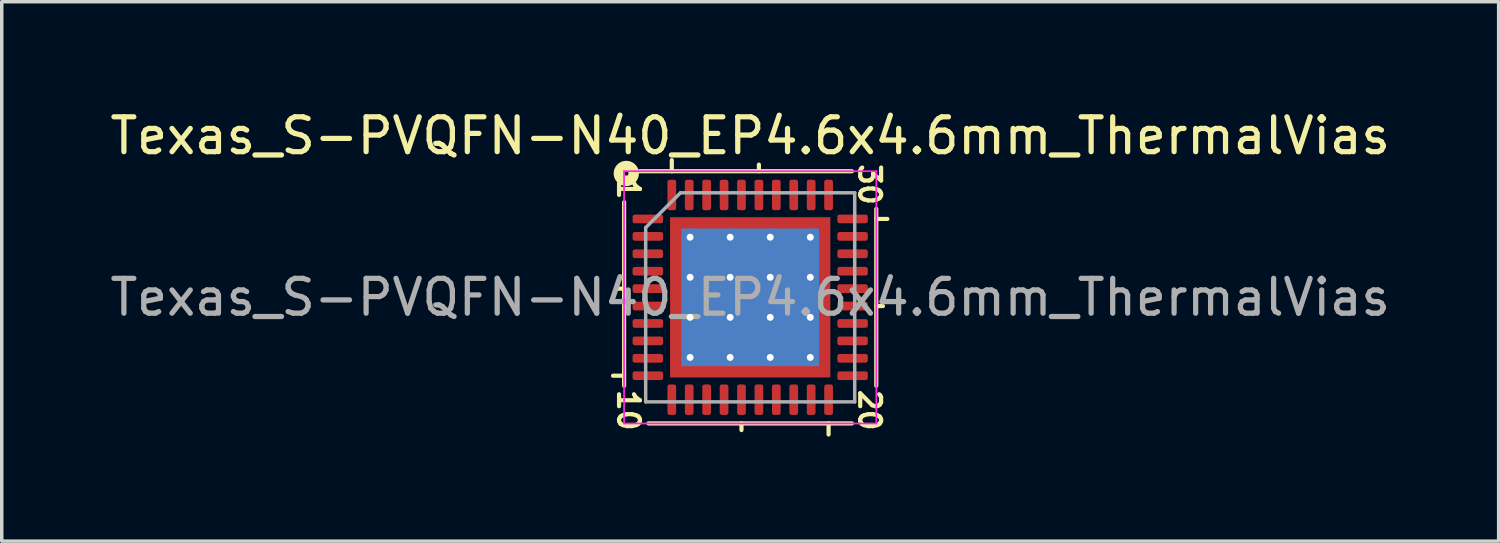
<source format=kicad_pcb>
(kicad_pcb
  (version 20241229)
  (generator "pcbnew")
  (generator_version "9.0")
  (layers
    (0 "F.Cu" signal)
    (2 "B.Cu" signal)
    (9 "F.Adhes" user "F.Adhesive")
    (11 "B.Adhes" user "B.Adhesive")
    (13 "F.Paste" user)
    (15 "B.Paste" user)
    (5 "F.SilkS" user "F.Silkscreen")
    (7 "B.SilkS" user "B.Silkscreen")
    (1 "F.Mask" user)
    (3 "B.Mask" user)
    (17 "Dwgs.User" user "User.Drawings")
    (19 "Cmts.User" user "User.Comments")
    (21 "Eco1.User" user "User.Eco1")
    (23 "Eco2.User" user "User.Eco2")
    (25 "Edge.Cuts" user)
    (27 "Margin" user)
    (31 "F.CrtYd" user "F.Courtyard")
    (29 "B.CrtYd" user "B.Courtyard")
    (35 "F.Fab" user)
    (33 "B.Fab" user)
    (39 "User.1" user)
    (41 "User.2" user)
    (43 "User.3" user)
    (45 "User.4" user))
  (footprint "Texas_S-PVQFN-N40_EP4.6x4.6mm_ThermalVias"
    (layer "F.Cu")
    (at 18.482 5.484)
    (property "Reference" "Texas_S-PVQFN-N40_EP4.6x4.6mm_ThermalVias" (at 0 -4.636 0) (layer "F.SilkS") (effects (font (size 1 1) (thickness 0.15))))
    (attr smd)
    (fp_line (start -3.619 -2.731) (end -3.619 2.54) (stroke (width 0.12) (type solid)) (layer "F.SilkS"))
    (fp_line (start -3.619 -0.25) (end -3.81 -0.25) (stroke (width 0.12) (type solid)) (layer "F.SilkS"))
    (fp_line (start -3.619 2.25) (end -3.937 2.25) (stroke (width 0.12) (type solid)) (layer "F.SilkS"))
    (fp_line (start -2.921 3.619) (end 2.921 3.619) (stroke (width 0.12) (type solid)) (layer "F.SilkS"))
    (fp_line (start -2.25 -3.619) (end -2.25 -3.937) (stroke (width 0.12) (type solid)) (layer "F.SilkS"))
    (fp_line (start -0.25 3.619) (end -0.25 3.81) (stroke (width 0.12) (type solid)) (layer "F.SilkS"))
    (fp_line (start 0.25 -3.619) (end 0.25 -3.81) (stroke (width 0.12) (type solid)) (layer "F.SilkS"))
    (fp_line (start 2.25 3.619) (end 2.25 3.937) (stroke (width 0.12) (type solid)) (layer "F.SilkS"))
    (fp_line (start 2.921 -3.619) (end -3.175 -3.619) (stroke (width 0.12) (type solid)) (layer "F.SilkS"))
    (fp_line (start 3.619 -2.25) (end 3.937 -2.25) (stroke (width 0.12) (type solid)) (layer "F.SilkS"))
    (fp_line (start 3.619 0.25) (end 3.81 0.25) (stroke (width 0.12) (type solid)) (layer "F.SilkS"))
    (fp_line (start 3.619 2.54) (end 3.619 -2.54) (stroke (width 0.12) (type solid)) (layer "F.SilkS"))
    (fp_circle (center -3.556 -3.556) (end -3.493 -3.556) (stroke (width 0.3) (type solid)) (fill no) (layer "F.SilkS"))
    (fp_line (start -3.62 -3.62) (end -3.62 3.62) (stroke (width 0.05) (type solid)) (layer "F.CrtYd"))
    (fp_line (start -3.62 3.62) (end 3.62 3.62) (stroke (width 0.05) (type solid)) (layer "F.CrtYd"))
    (fp_line (start 3.62 -3.62) (end -3.62 -3.62) (stroke (width 0.05) (type solid)) (layer "F.CrtYd"))
    (fp_line (start 3.62 3.62) (end 3.62 -3.62) (stroke (width 0.05) (type solid)) (layer "F.CrtYd"))
    (fp_line (start -3 -2) (end -2 -3) (stroke (width 0.1) (type solid)) (layer "F.Fab"))
    (fp_line (start -3 3) (end -3 -2) (stroke (width 0.1) (type solid)) (layer "F.Fab"))
    (fp_line (start -2 -3) (end 3 -3) (stroke (width 0.1) (type solid)) (layer "F.Fab"))
    (fp_line (start 3 -3) (end 3 3) (stroke (width 0.1) (type solid)) (layer "F.Fab"))
    (fp_line (start 3 3) (end -3 3) (stroke (width 0.1) (type solid)) (layer "F.Fab"))
    (fp_text user "20" (at 3.429 3.239 270) (unlocked yes) (layer "F.SilkS") (effects (font (size 0.6 0.6) (thickness 0.12))))
    (fp_text user "30" (at 3.429 -3.239 270) (unlocked yes) (layer "F.SilkS") (effects (font (size 0.6 0.6) (thickness 0.12))))
    (fp_text user "10" (at -3.493 3.239 270) (unlocked yes) (layer "F.SilkS") (effects (font (size 0.6 0.6) (thickness 0.12))))
    (fp_text user "1" (at -3.493 -3.111 270) (unlocked yes) (layer "F.SilkS") (effects (font (size 0.6 0.6) (thickness 0.12))))
    (fp_text user "${REFERENCE}" (at 0 0 0) (layer "F.Fab") (effects (font (size 1 1) (thickness 0.15))))
    (pad "" smd custom (at -2.013 -2.013) (size 0.342 0.342) (layers "F.Paste") (options (anchor circle)) (primitives (gr_poly (pts (xy 0.116 0.012) (xy 0.012 0.116) (xy -0.116 0.116) (xy -0.116 -0.116) (xy 0.116 -0.116)) (width 0.232) (fill yes))))
    (pad "" smd custom (at -2.013 -1.15) (size 0.382 0.382) (layers "F.Paste") (options (anchor circle)) (primitives (gr_poly (pts (xy 0.15 -0.314) (xy 0.15 0.314) (xy 0.082 0.382) (xy -0.15 0.382) (xy -0.15 -0.382) (xy 0.082 -0.382)) (width 0.164) (fill yes))))
    (pad "" smd custom (at -2.013 0) (size 0.382 0.382) (layers "F.Paste") (options (anchor circle)) (primitives (gr_poly (pts (xy 0.15 -0.314) (xy 0.15 0.314) (xy 0.082 0.382) (xy -0.15 0.382) (xy -0.15 -0.382) (xy 0.082 -0.382)) (width 0.164) (fill yes))))
    (pad "" smd custom (at -2.013 1.15) (size 0.382 0.382) (layers "F.Paste") (options (anchor circle)) (primitives (gr_poly (pts (xy 0.15 -0.314) (xy 0.15 0.314) (xy 0.082 0.382) (xy -0.15 0.382) (xy -0.15 -0.382) (xy 0.082 -0.382)) (width 0.164) (fill yes))))
    (pad "" smd custom (at -2.013 2.013) (size 0.342 0.342) (layers "F.Paste") (options (anchor circle)) (primitives (gr_poly (pts (xy 0.116 -0.012) (xy 0.116 0.116) (xy -0.116 0.116) (xy -0.116 -0.116) (xy 0.012 -0.116)) (width 0.232) (fill yes))))
    (pad "" smd custom (at -1.15 -2.013) (size 0.382 0.382) (layers "F.Paste") (options (anchor circle)) (primitives (gr_poly (pts (xy 0.382 0.082) (xy 0.314 0.15) (xy -0.314 0.15) (xy -0.382 0.082) (xy -0.382 -0.15) (xy 0.382 -0.15)) (width 0.164) (fill yes))))
    (pad "" smd roundrect (at -1.15 -1.15) (size 0.927 0.927) (layers "F.Paste") (roundrect_rratio 0.25))
    (pad "" smd roundrect (at -1.15 0) (size 0.927 0.927) (layers "F.Paste") (roundrect_rratio 0.25))
    (pad "" smd roundrect (at -1.15 1.15) (size 0.927 0.927) (layers "F.Paste") (roundrect_rratio 0.25))
    (pad "" smd custom (at -1.15 2.013) (size 0.382 0.382) (layers "F.Paste") (options (anchor circle)) (primitives (gr_poly (pts (xy 0.382 -0.082) (xy 0.382 0.15) (xy -0.382 0.15) (xy -0.382 -0.082) (xy -0.314 -0.15) (xy 0.314 -0.15)) (width 0.164) (fill yes))))
    (pad "" smd custom (at 0 -2.013) (size 0.382 0.382) (layers "F.Paste") (options (anchor circle)) (primitives (gr_poly (pts (xy 0.382 0.082) (xy 0.314 0.15) (xy -0.314 0.15) (xy -0.382 0.082) (xy -0.382 -0.15) (xy 0.382 -0.15)) (width 0.164) (fill yes))))
    (pad "" smd roundrect (at 0 -1.15) (size 0.927 0.927) (layers "F.Paste") (roundrect_rratio 0.25))
    (pad "" smd roundrect (at 0 0) (size 0.927 0.927) (layers "F.Paste") (roundrect_rratio 0.25))
    (pad "" smd roundrect (at 0 1.15) (size 0.927 0.927) (layers "F.Paste") (roundrect_rratio 0.25))
    (pad "" smd custom (at 0 2.013) (size 0.382 0.382) (layers "F.Paste") (options (anchor circle)) (primitives (gr_poly (pts (xy 0.382 -0.082) (xy 0.382 0.15) (xy -0.382 0.15) (xy -0.382 -0.082) (xy -0.314 -0.15) (xy 0.314 -0.15)) (width 0.164) (fill yes))))
    (pad "" smd custom (at 1.15 -2.013) (size 0.382 0.382) (layers "F.Paste") (options (anchor circle)) (primitives (gr_poly (pts (xy 0.382 0.082) (xy 0.314 0.15) (xy -0.314 0.15) (xy -0.382 0.082) (xy -0.382 -0.15) (xy 0.382 -0.15)) (width 0.164) (fill yes))))
    (pad "" smd roundrect (at 1.15 -1.15) (size 0.927 0.927) (layers "F.Paste") (roundrect_rratio 0.25))
    (pad "" smd roundrect (at 1.15 0) (size 0.927 0.927) (layers "F.Paste") (roundrect_rratio 0.25))
    (pad "" smd roundrect (at 1.15 1.15) (size 0.927 0.927) (layers "F.Paste") (roundrect_rratio 0.25))
    (pad "" smd custom (at 1.15 2.013) (size 0.382 0.382) (layers "F.Paste") (options (anchor circle)) (primitives (gr_poly (pts (xy 0.382 -0.082) (xy 0.382 0.15) (xy -0.382 0.15) (xy -0.382 -0.082) (xy -0.314 -0.15) (xy 0.314 -0.15)) (width 0.164) (fill yes))))
    (pad "" smd custom (at 2.013 -2.013) (size 0.342 0.342) (layers "F.Paste") (options (anchor circle)) (primitives (gr_poly (pts (xy 0.116 0.116) (xy -0.012 0.116) (xy -0.116 0.012) (xy -0.116 -0.116) (xy 0.116 -0.116)) (width 0.232) (fill yes))))
    (pad "" smd custom (at 2.013 -1.15) (size 0.382 0.382) (layers "F.Paste") (options (anchor circle)) (primitives (gr_poly (pts (xy 0.15 0.382) (xy -0.082 0.382) (xy -0.15 0.314) (xy -0.15 -0.314) (xy -0.082 -0.382) (xy 0.15 -0.382)) (width 0.164) (fill yes))))
    (pad "" smd custom (at 2.013 0) (size 0.382 0.382) (layers "F.Paste") (options (anchor circle)) (primitives (gr_poly (pts (xy 0.15 0.382) (xy -0.082 0.382) (xy -0.15 0.314) (xy -0.15 -0.314) (xy -0.082 -0.382) (xy 0.15 -0.382)) (width 0.164) (fill yes))))
    (pad "" smd custom (at 2.013 1.15) (size 0.382 0.382) (layers "F.Paste") (options (anchor circle)) (primitives (gr_poly (pts (xy 0.15 0.382) (xy -0.082 0.382) (xy -0.15 0.314) (xy -0.15 -0.314) (xy -0.082 -0.382) (xy 0.15 -0.382)) (width 0.164) (fill yes))))
    (pad "" smd custom (at 2.013 2.013) (size 0.342 0.342) (layers "F.Paste") (options (anchor circle)) (primitives (gr_poly (pts (xy 0.116 0.116) (xy -0.116 0.116) (xy -0.116 -0.012) (xy -0.012 -0.116) (xy 0.116 -0.116)) (width 0.232) (fill yes))))
    (pad "1" smd roundrect (at -2.938 -2.25) (size 0.875 0.25) (layers "F.Cu" "F.Mask" "F.Paste") (roundrect_rratio 0.25))
    (pad "2" smd roundrect (at -2.938 -1.75) (size 0.875 0.25) (layers "F.Cu" "F.Mask" "F.Paste") (roundrect_rratio 0.25))
    (pad "3" smd roundrect (at -2.938 -1.25) (size 0.875 0.25) (layers "F.Cu" "F.Mask" "F.Paste") (roundrect_rratio 0.25))
    (pad "4" smd roundrect (at -2.938 -0.75) (size 0.875 0.25) (layers "F.Cu" "F.Mask" "F.Paste") (roundrect_rratio 0.25))
    (pad "5" smd roundrect (at -2.938 -0.25) (size 0.875 0.25) (layers "F.Cu" "F.Mask" "F.Paste") (roundrect_rratio 0.25))
    (pad "6" smd roundrect (at -2.938 0.25) (size 0.875 0.25) (layers "F.Cu" "F.Mask" "F.Paste") (roundrect_rratio 0.25))
    (pad "7" smd roundrect (at -2.938 0.75) (size 0.875 0.25) (layers "F.Cu" "F.Mask" "F.Paste") (roundrect_rratio 0.25))
    (pad "8" smd roundrect (at -2.938 1.25) (size 0.875 0.25) (layers "F.Cu" "F.Mask" "F.Paste") (roundrect_rratio 0.25))
    (pad "9" smd roundrect (at -2.938 1.75) (size 0.875 0.25) (layers "F.Cu" "F.Mask" "F.Paste") (roundrect_rratio 0.25))
    (pad "10" smd roundrect (at -2.938 2.25) (size 0.875 0.25) (layers "F.Cu" "F.Mask" "F.Paste") (roundrect_rratio 0.25))
    (pad "11" smd roundrect (at -2.25 2.938) (size 0.25 0.875) (layers "F.Cu" "F.Mask" "F.Paste") (roundrect_rratio 0.25))
    (pad "12" smd roundrect (at -1.75 2.938) (size 0.25 0.875) (layers "F.Cu" "F.Mask" "F.Paste") (roundrect_rratio 0.25))
    (pad "13" smd roundrect (at -1.25 2.938) (size 0.25 0.875) (layers "F.Cu" "F.Mask" "F.Paste") (roundrect_rratio 0.25))
    (pad "14" smd roundrect (at -0.75 2.938) (size 0.25 0.875) (layers "F.Cu" "F.Mask" "F.Paste") (roundrect_rratio 0.25))
    (pad "15" smd roundrect (at -0.25 2.938) (size 0.25 0.875) (layers "F.Cu" "F.Mask" "F.Paste") (roundrect_rratio 0.25))
    (pad "16" smd roundrect (at 0.25 2.938) (size 0.25 0.875) (layers "F.Cu" "F.Mask" "F.Paste") (roundrect_rratio 0.25))
    (pad "17" smd roundrect (at 0.75 2.938) (size 0.25 0.875) (layers "F.Cu" "F.Mask" "F.Paste") (roundrect_rratio 0.25))
    (pad "18" smd roundrect (at 1.25 2.938) (size 0.25 0.875) (layers "F.Cu" "F.Mask" "F.Paste") (roundrect_rratio 0.25))
    (pad "19" smd roundrect (at 1.75 2.938) (size 0.25 0.875) (layers "F.Cu" "F.Mask" "F.Paste") (roundrect_rratio 0.25))
    (pad "20" smd roundrect (at 2.25 2.938) (size 0.25 0.875) (layers "F.Cu" "F.Mask" "F.Paste") (roundrect_rratio 0.25))
    (pad "21" smd roundrect (at 2.938 2.25) (size 0.875 0.25) (layers "F.Cu" "F.Mask" "F.Paste") (roundrect_rratio 0.25))
    (pad "22" smd roundrect (at 2.938 1.75) (size 0.875 0.25) (layers "F.Cu" "F.Mask" "F.Paste") (roundrect_rratio 0.25))
    (pad "23" smd roundrect (at 2.938 1.25) (size 0.875 0.25) (layers "F.Cu" "F.Mask" "F.Paste") (roundrect_rratio 0.25))
    (pad "24" smd roundrect (at 2.938 0.75) (size 0.875 0.25) (layers "F.Cu" "F.Mask" "F.Paste") (roundrect_rratio 0.25))
    (pad "25" smd roundrect (at 2.938 0.25) (size 0.875 0.25) (layers "F.Cu" "F.Mask" "F.Paste") (roundrect_rratio 0.25))
    (pad "26" smd roundrect (at 2.938 -0.25) (size 0.875 0.25) (layers "F.Cu" "F.Mask" "F.Paste") (roundrect_rratio 0.25))
    (pad "27" smd roundrect (at 2.938 -0.75) (size 0.875 0.25) (layers "F.Cu" "F.Mask" "F.Paste") (roundrect_rratio 0.25))
    (pad "28" smd roundrect (at 2.938 -1.25) (size 0.875 0.25) (layers "F.Cu" "F.Mask" "F.Paste") (roundrect_rratio 0.25))
    (pad "29" smd roundrect (at 2.938 -1.75) (size 0.875 0.25) (layers "F.Cu" "F.Mask" "F.Paste") (roundrect_rratio 0.25))
    (pad "30" smd roundrect (at 2.938 -2.25) (size 0.875 0.25) (layers "F.Cu" "F.Mask" "F.Paste") (roundrect_rratio 0.25))
    (pad "31" smd roundrect (at 2.25 -2.938) (size 0.25 0.875) (layers "F.Cu" "F.Mask" "F.Paste") (roundrect_rratio 0.25))
    (pad "32" smd roundrect (at 1.75 -2.938) (size 0.25 0.875) (layers "F.Cu" "F.Mask" "F.Paste") (roundrect_rratio 0.25))
    (pad "33" smd roundrect (at 1.25 -2.938) (size 0.25 0.875) (layers "F.Cu" "F.Mask" "F.Paste") (roundrect_rratio 0.25))
    (pad "34" smd roundrect (at 0.75 -2.938) (size 0.25 0.875) (layers "F.Cu" "F.Mask" "F.Paste") (roundrect_rratio 0.25))
    (pad "35" smd roundrect (at 0.25 -2.938) (size 0.25 0.875) (layers "F.Cu" "F.Mask" "F.Paste") (roundrect_rratio 0.25))
    (pad "36" smd roundrect (at -0.25 -2.938) (size 0.25 0.875) (layers "F.Cu" "F.Mask" "F.Paste") (roundrect_rratio 0.25))
    (pad "37" smd roundrect (at -0.75 -2.938) (size 0.25 0.875) (layers "F.Cu" "F.Mask" "F.Paste") (roundrect_rratio 0.25))
    (pad "38" smd roundrect (at -1.25 -2.938) (size 0.25 0.875) (layers "F.Cu" "F.Mask" "F.Paste") (roundrect_rratio 0.25))
    (pad "39" smd roundrect (at -1.75 -2.938) (size 0.25 0.875) (layers "F.Cu" "F.Mask" "F.Paste") (roundrect_rratio 0.25))
    (pad "40" smd roundrect (at -2.25 -2.938) (size 0.25 0.875) (layers "F.Cu" "F.Mask" "F.Paste") (roundrect_rratio 0.25))
    (pad "41" thru_hole circle (at -1.725 -1.725) (size 0.5 0.5) (drill 0.2) (layers "*.Cu"))
    (pad "41" thru_hole circle (at -1.725 -0.575) (size 0.5 0.5) (drill 0.2) (layers "*.Cu"))
    (pad "41" thru_hole circle (at -1.725 0.575) (size 0.5 0.5) (drill 0.2) (layers "*.Cu"))
    (pad "41" thru_hole circle (at -1.725 1.725) (size 0.5 0.5) (drill 0.2) (layers "*.Cu"))
    (pad "41" thru_hole circle (at -0.575 -1.725) (size 0.5 0.5) (drill 0.2) (layers "*.Cu"))
    (pad "41" thru_hole circle (at -0.575 -0.575) (size 0.5 0.5) (drill 0.2) (layers "*.Cu"))
    (pad "41" thru_hole circle (at -0.575 0.575) (size 0.5 0.5) (drill 0.2) (layers "*.Cu"))
    (pad "41" thru_hole circle (at -0.575 1.725) (size 0.5 0.5) (drill 0.2) (layers "*.Cu"))
    (pad "41" smd rect (at 0 0) (size 3.95 3.95) (layers "B.Cu" "B.Mask"))
    (pad "41" smd rect (at 0 0) (size 4.6 4.6) (layers "F.Cu" "F.Mask"))
    (pad "41" thru_hole circle (at 0.575 -1.725) (size 0.5 0.5) (drill 0.2) (layers "*.Cu"))
    (pad "41" thru_hole circle (at 0.575 -0.575) (size 0.5 0.5) (drill 0.2) (layers "*.Cu"))
    (pad "41" thru_hole circle (at 0.575 0.575) (size 0.5 0.5) (drill 0.2) (layers "*.Cu"))
    (pad "41" thru_hole circle (at 0.575 1.725) (size 0.5 0.5) (drill 0.2) (layers "*.Cu"))
    (pad "41" thru_hole circle (at 1.725 -1.725) (size 0.5 0.5) (drill 0.2) (layers "*.Cu"))
    (pad "41" thru_hole circle (at 1.725 -0.575) (size 0.5 0.5) (drill 0.2) (layers "*.Cu"))
    (pad "41" thru_hole circle (at 1.725 0.575) (size 0.5 0.5) (drill 0.2) (layers "*.Cu"))
    (pad "41" thru_hole circle (at 1.725 1.725) (size 0.5 0.5) (drill 0.2) (layers "*.Cu")))
  (gr_rect
    (start -3 -3)
    (end 39.964 12.481)
    (stroke (width 0.1) (type default))
    (fill no)
    (layer "Edge.Cuts")))
</source>
